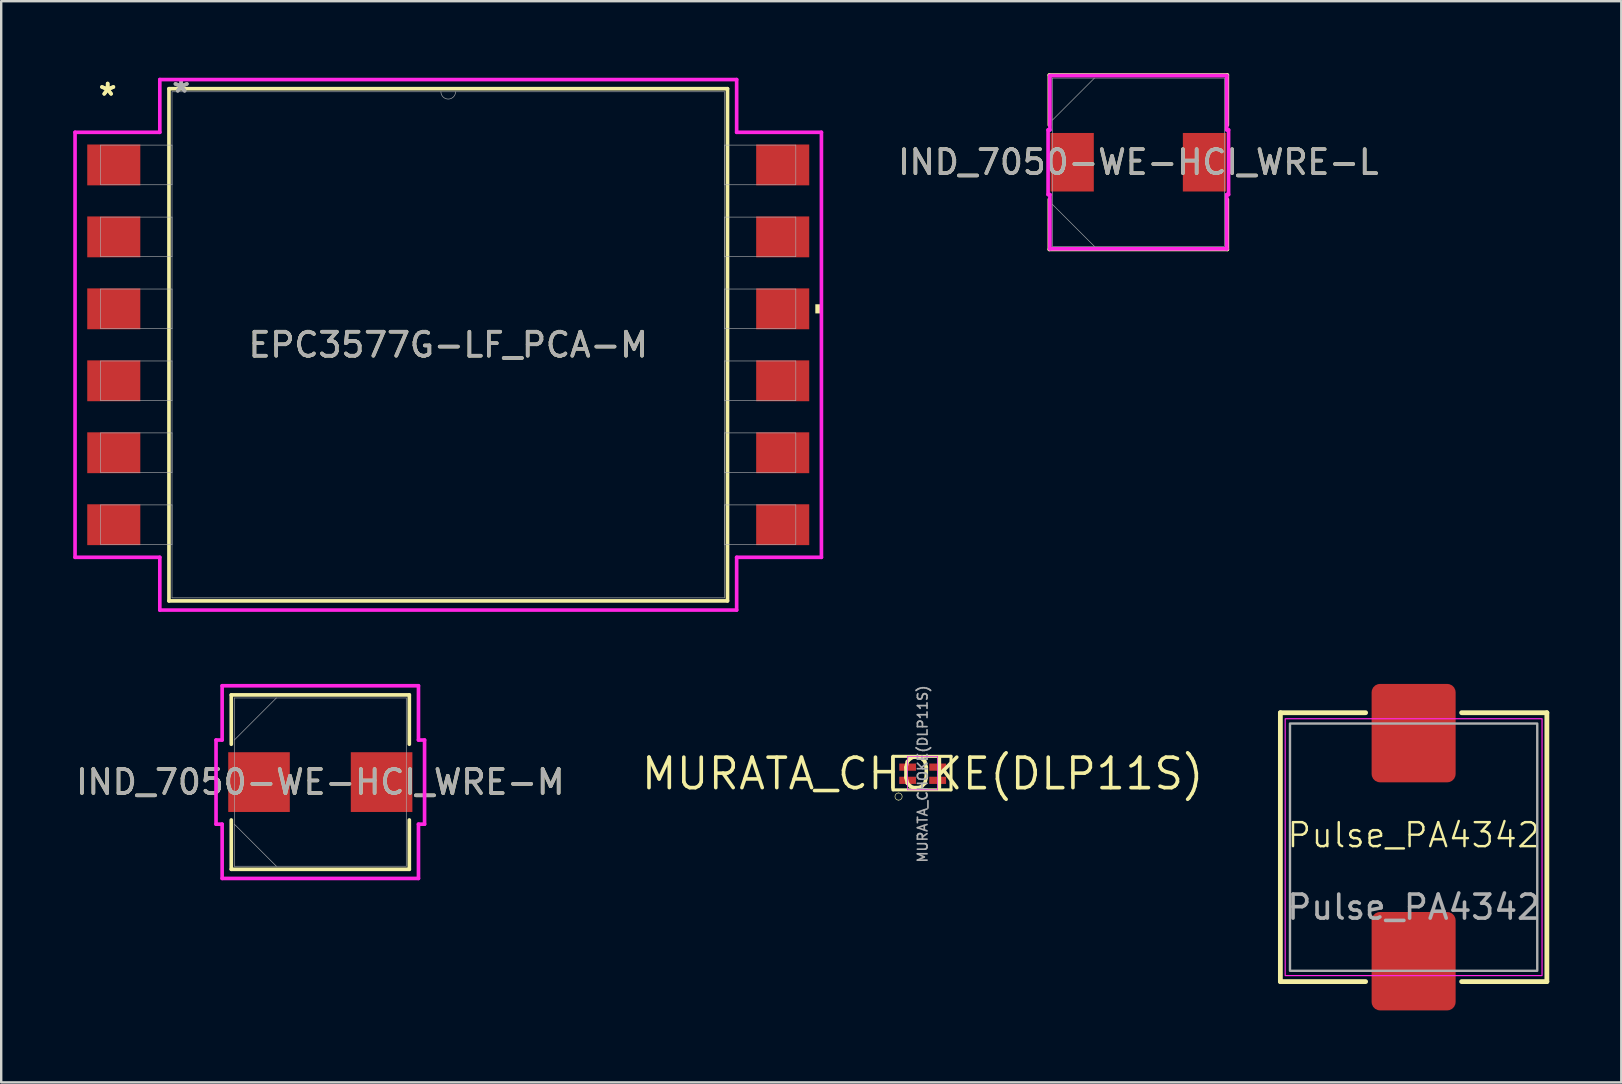
<source format=kicad_pcb>
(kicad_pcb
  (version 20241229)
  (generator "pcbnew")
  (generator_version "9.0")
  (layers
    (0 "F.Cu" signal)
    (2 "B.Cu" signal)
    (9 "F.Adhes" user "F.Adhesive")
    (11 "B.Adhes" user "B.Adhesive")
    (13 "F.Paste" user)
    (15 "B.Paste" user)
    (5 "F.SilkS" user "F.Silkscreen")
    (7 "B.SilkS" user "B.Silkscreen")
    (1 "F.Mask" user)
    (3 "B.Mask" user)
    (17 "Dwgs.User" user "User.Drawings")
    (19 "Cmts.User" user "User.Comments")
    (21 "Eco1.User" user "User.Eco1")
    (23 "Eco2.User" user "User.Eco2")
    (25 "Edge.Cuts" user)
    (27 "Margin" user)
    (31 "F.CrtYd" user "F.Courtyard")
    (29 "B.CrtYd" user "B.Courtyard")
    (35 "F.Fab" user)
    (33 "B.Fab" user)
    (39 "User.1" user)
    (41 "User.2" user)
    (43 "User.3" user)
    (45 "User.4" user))
  (footprint "EPC3577G-LF_PCA-M"
    (layer "F.Cu")
    (at 15.621 11.313)
    (property "Reference" "EPC3577G-LF_PCA-M" (at 0 0 0) (unlocked yes) (layer "F.SilkS") (effects (font (size 1 1) (thickness 0.15))))
    (attr smd)
    (fp_line (start -11.633 -10.668) (end -11.633 10.668) (stroke (width 0.152) (type solid)) (layer "F.SilkS"))
    (fp_line (start -11.633 10.668) (end 11.633 10.668) (stroke (width 0.152) (type solid)) (layer "F.SilkS"))
    (fp_line (start 11.633 -10.668) (end -11.633 -10.668) (stroke (width 0.152) (type solid)) (layer "F.SilkS"))
    (fp_line (start 11.633 10.668) (end 11.633 -10.668) (stroke (width 0.152) (type solid)) (layer "F.SilkS"))
    (fp_poly (pts (xy 15.545 -1.689) (xy 15.545 -1.308) (xy 15.291 -1.308) (xy 15.291 -1.689)) (stroke (width 0) (type solid)) (fill yes) (layer "F.SilkS"))
    (fp_line (start -15.545 -8.852) (end -12.014 -8.852) (stroke (width 0.152) (type solid)) (layer "F.CrtYd"))
    (fp_line (start -15.545 8.852) (end -15.545 -8.852) (stroke (width 0.152) (type solid)) (layer "F.CrtYd"))
    (fp_line (start -15.545 8.852) (end -12.014 8.852) (stroke (width 0.152) (type solid)) (layer "F.CrtYd"))
    (fp_line (start -12.014 -11.049) (end 12.014 -11.049) (stroke (width 0.152) (type solid)) (layer "F.CrtYd"))
    (fp_line (start -12.014 -8.852) (end -12.014 -11.049) (stroke (width 0.152) (type solid)) (layer "F.CrtYd"))
    (fp_line (start -12.014 11.049) (end -12.014 8.852) (stroke (width 0.152) (type solid)) (layer "F.CrtYd"))
    (fp_line (start 12.014 -11.049) (end 12.014 -8.852) (stroke (width 0.152) (type solid)) (layer "F.CrtYd"))
    (fp_line (start 12.014 8.852) (end 12.014 11.049) (stroke (width 0.152) (type solid)) (layer "F.CrtYd"))
    (fp_line (start 12.014 11.049) (end -12.014 11.049) (stroke (width 0.152) (type solid)) (layer "F.CrtYd"))
    (fp_line (start 15.545 -8.852) (end 12.014 -8.852) (stroke (width 0.152) (type solid)) (layer "F.CrtYd"))
    (fp_line (start 15.545 -8.852) (end 15.545 8.852) (stroke (width 0.152) (type solid)) (layer "F.CrtYd"))
    (fp_line (start 15.545 8.852) (end 12.014 8.852) (stroke (width 0.152) (type solid)) (layer "F.CrtYd"))
    (fp_line (start -14.478 -8.319) (end -14.478 -6.668) (stroke (width 0.025) (type solid)) (layer "F.Fab"))
    (fp_line (start -14.478 -6.668) (end -11.506 -6.668) (stroke (width 0.025) (type solid)) (layer "F.Fab"))
    (fp_line (start -14.478 -5.321) (end -14.478 -3.67) (stroke (width 0.025) (type solid)) (layer "F.Fab"))
    (fp_line (start -14.478 -3.67) (end -11.506 -3.67) (stroke (width 0.025) (type solid)) (layer "F.Fab"))
    (fp_line (start -14.478 -2.324) (end -14.478 -0.673) (stroke (width 0.025) (type solid)) (layer "F.Fab"))
    (fp_line (start -14.478 -0.673) (end -11.506 -0.673) (stroke (width 0.025) (type solid)) (layer "F.Fab"))
    (fp_line (start -14.478 0.673) (end -14.478 2.324) (stroke (width 0.025) (type solid)) (layer "F.Fab"))
    (fp_line (start -14.478 2.324) (end -11.506 2.324) (stroke (width 0.025) (type solid)) (layer "F.Fab"))
    (fp_line (start -14.478 3.67) (end -14.478 5.321) (stroke (width 0.025) (type solid)) (layer "F.Fab"))
    (fp_line (start -14.478 5.321) (end -11.506 5.321) (stroke (width 0.025) (type solid)) (layer "F.Fab"))
    (fp_line (start -14.478 6.668) (end -14.478 8.319) (stroke (width 0.025) (type solid)) (layer "F.Fab"))
    (fp_line (start -14.478 8.319) (end -11.506 8.319) (stroke (width 0.025) (type solid)) (layer "F.Fab"))
    (fp_line (start -11.506 -10.541) (end -11.506 10.541) (stroke (width 0.025) (type solid)) (layer "F.Fab"))
    (fp_line (start -11.506 -8.319) (end -14.478 -8.319) (stroke (width 0.025) (type solid)) (layer "F.Fab"))
    (fp_line (start -11.506 -6.668) (end -11.506 -8.319) (stroke (width 0.025) (type solid)) (layer "F.Fab"))
    (fp_line (start -11.506 -5.321) (end -14.478 -5.321) (stroke (width 0.025) (type solid)) (layer "F.Fab"))
    (fp_line (start -11.506 -3.67) (end -11.506 -5.321) (stroke (width 0.025) (type solid)) (layer "F.Fab"))
    (fp_line (start -11.506 -2.324) (end -14.478 -2.324) (stroke (width 0.025) (type solid)) (layer "F.Fab"))
    (fp_line (start -11.506 -0.673) (end -11.506 -2.324) (stroke (width 0.025) (type solid)) (layer "F.Fab"))
    (fp_line (start -11.506 0.673) (end -14.478 0.673) (stroke (width 0.025) (type solid)) (layer "F.Fab"))
    (fp_line (start -11.506 2.324) (end -11.506 0.673) (stroke (width 0.025) (type solid)) (layer "F.Fab"))
    (fp_line (start -11.506 3.67) (end -14.478 3.67) (stroke (width 0.025) (type solid)) (layer "F.Fab"))
    (fp_line (start -11.506 5.321) (end -11.506 3.67) (stroke (width 0.025) (type solid)) (layer "F.Fab"))
    (fp_line (start -11.506 6.668) (end -14.478 6.668) (stroke (width 0.025) (type solid)) (layer "F.Fab"))
    (fp_line (start -11.506 8.319) (end -11.506 6.668) (stroke (width 0.025) (type solid)) (layer "F.Fab"))
    (fp_line (start -11.506 10.541) (end 11.506 10.541) (stroke (width 0.025) (type solid)) (layer "F.Fab"))
    (fp_line (start 11.506 -10.541) (end -11.506 -10.541) (stroke (width 0.025) (type solid)) (layer "F.Fab"))
    (fp_line (start 11.506 -8.319) (end 11.506 -6.668) (stroke (width 0.025) (type solid)) (layer "F.Fab"))
    (fp_line (start 11.506 -6.668) (end 14.478 -6.668) (stroke (width 0.025) (type solid)) (layer "F.Fab"))
    (fp_line (start 11.506 -5.321) (end 11.506 -3.67) (stroke (width 0.025) (type solid)) (layer "F.Fab"))
    (fp_line (start 11.506 -3.67) (end 14.478 -3.67) (stroke (width 0.025) (type solid)) (layer "F.Fab"))
    (fp_line (start 11.506 -2.324) (end 11.506 -0.673) (stroke (width 0.025) (type solid)) (layer "F.Fab"))
    (fp_line (start 11.506 -0.673) (end 14.478 -0.673) (stroke (width 0.025) (type solid)) (layer "F.Fab"))
    (fp_line (start 11.506 0.673) (end 11.506 2.324) (stroke (width 0.025) (type solid)) (layer "F.Fab"))
    (fp_line (start 11.506 2.324) (end 14.478 2.324) (stroke (width 0.025) (type solid)) (layer "F.Fab"))
    (fp_line (start 11.506 3.67) (end 11.506 5.321) (stroke (width 0.025) (type solid)) (layer "F.Fab"))
    (fp_line (start 11.506 5.321) (end 14.478 5.321) (stroke (width 0.025) (type solid)) (layer "F.Fab"))
    (fp_line (start 11.506 6.668) (end 11.506 8.319) (stroke (width 0.025) (type solid)) (layer "F.Fab"))
    (fp_line (start 11.506 8.319) (end 14.478 8.319) (stroke (width 0.025) (type solid)) (layer "F.Fab"))
    (fp_line (start 11.506 10.541) (end 11.506 -10.541) (stroke (width 0.025) (type solid)) (layer "F.Fab"))
    (fp_line (start 14.478 -8.319) (end 11.506 -8.319) (stroke (width 0.025) (type solid)) (layer "F.Fab"))
    (fp_line (start 14.478 -6.668) (end 14.478 -8.319) (stroke (width 0.025) (type solid)) (layer "F.Fab"))
    (fp_line (start 14.478 -5.321) (end 11.506 -5.321) (stroke (width 0.025) (type solid)) (layer "F.Fab"))
    (fp_line (start 14.478 -3.67) (end 14.478 -5.321) (stroke (width 0.025) (type solid)) (layer "F.Fab"))
    (fp_line (start 14.478 -2.324) (end 11.506 -2.324) (stroke (width 0.025) (type solid)) (layer "F.Fab"))
    (fp_line (start 14.478 -0.673) (end 14.478 -2.324) (stroke (width 0.025) (type solid)) (layer "F.Fab"))
    (fp_line (start 14.478 0.673) (end 11.506 0.673) (stroke (width 0.025) (type solid)) (layer "F.Fab"))
    (fp_line (start 14.478 2.324) (end 14.478 0.673) (stroke (width 0.025) (type solid)) (layer "F.Fab"))
    (fp_line (start 14.478 3.67) (end 11.506 3.67) (stroke (width 0.025) (type solid)) (layer "F.Fab"))
    (fp_line (start 14.478 5.321) (end 14.478 3.67) (stroke (width 0.025) (type solid)) (layer "F.Fab"))
    (fp_line (start 14.478 6.668) (end 11.506 6.668) (stroke (width 0.025) (type solid)) (layer "F.Fab"))
    (fp_line (start 14.478 8.319) (end 14.478 6.668) (stroke (width 0.025) (type solid)) (layer "F.Fab"))
    (fp_arc (start 0.3048 -10.541) (mid 0 -10.2362) (end -0.3048 -10.541) (stroke (width 0.0254) (type solid)) (layer "F.Fab"))
    (fp_text user "*" (at -14.186 -10.338 0) (layer "F.SilkS") (effects (font (size 1 1) (thickness 0.15))))
    (fp_text user "*" (at -14.186 -10.338 0) (unlocked yes) (layer "F.SilkS") (effects (font (size 1 1) (thickness 0.15))))
    (fp_text user "*" (at -11.125 -10.465 0) (unlocked yes) (layer "F.Fab") (effects (font (size 1 1) (thickness 0.15))))
    (fp_text user "${REFERENCE}" (at 0 0 0) (unlocked yes) (layer "F.Fab") (effects (font (size 1 1) (thickness 0.15))))
    (fp_text user "*" (at -11.125 -10.465 0) (layer "F.Fab") (effects (font (size 1 1) (thickness 0.15))))
    (pad "1" smd rect (at -13.932 -7.493) (size 2.21 1.702) (layers "F.Cu" "F.Mask" "F.Paste"))
    (pad "2" smd rect (at -13.932 -4.496) (size 2.21 1.702) (layers "F.Cu" "F.Mask" "F.Paste"))
    (pad "3" smd rect (at -13.932 -1.499) (size 2.21 1.702) (layers "F.Cu" "F.Mask" "F.Paste"))
    (pad "4" smd rect (at -13.932 1.499) (size 2.21 1.702) (layers "F.Cu" "F.Mask" "F.Paste"))
    (pad "5" smd rect (at -13.932 4.496) (size 2.21 1.702) (layers "F.Cu" "F.Mask" "F.Paste"))
    (pad "6" smd rect (at -13.932 7.493) (size 2.21 1.702) (layers "F.Cu" "F.Mask" "F.Paste"))
    (pad "7" smd rect (at 13.932 7.493) (size 2.21 1.702) (layers "F.Cu" "F.Mask" "F.Paste"))
    (pad "8" smd rect (at 13.932 4.496) (size 2.21 1.702) (layers "F.Cu" "F.Mask" "F.Paste"))
    (pad "9" smd rect (at 13.932 1.499) (size 2.21 1.702) (layers "F.Cu" "F.Mask" "F.Paste"))
    (pad "10" smd rect (at 13.932 -1.499) (size 2.21 1.702) (layers "F.Cu" "F.Mask" "F.Paste"))
    (pad "11" smd rect (at 13.932 -4.496) (size 2.21 1.702) (layers "F.Cu" "F.Mask" "F.Paste"))
    (pad "12" smd rect (at 13.932 -7.493) (size 2.21 1.702) (layers "F.Cu" "F.Mask" "F.Paste")))
  (footprint "MURATA_CHOKE(DLP11S)"
    (layer "F.Cu")
    (at 35.383 29.179)
    (property "Reference" "MURATA_CHOKE(DLP11S)" (at 0 0 0) (layer "F.SilkS") (effects (font (size 1.27 1.27) (thickness 0.15))))
    (fp_line (start -1.232 -0.725) (end -1.232 0.672) (stroke (width 0.127) (type solid)) (layer "F.SilkS"))
    (fp_line (start -1.232 0.672) (end 1.181 0.672) (stroke (width 0.127) (type solid)) (layer "F.SilkS"))
    (fp_line (start 1.181 -0.725) (end -1.232 -0.725) (stroke (width 0.127) (type solid)) (layer "F.SilkS"))
    (fp_line (start 1.181 0.672) (end 1.181 -0.725) (stroke (width 0.127) (type solid)) (layer "F.SilkS"))
    (fp_arc (start -1.0034 0.8014) (mid -0.8534 0.9514) (end -1.0034 1.1014) (stroke (width 0.0254) (type solid)) (layer "F.SilkS"))
    (fp_arc (start -1.0034 1.1014) (mid -1.1534 0.9514) (end -1.0034 0.8014) (stroke (width 0.0254) (type solid)) (layer "F.SilkS"))
    (fp_line (start -0.625 -0.725) (end -0.625 0.672) (stroke (width 0.025) (type solid)) (layer "F.CrtYd"))
    (fp_line (start -0.625 0.672) (end 0.625 0.672) (stroke (width 0.025) (type solid)) (layer "F.CrtYd"))
    (fp_line (start 0.625 -0.725) (end -0.625 -0.725) (stroke (width 0.025) (type solid)) (layer "F.CrtYd"))
    (fp_line (start 0.625 0.672) (end 0.625 -0.725) (stroke (width 0.025) (type solid)) (layer "F.CrtYd"))
    (fp_line (start -0.625 -0.725) (end -0.625 0.672) (stroke (width 0.025) (type solid)) (layer "F.Fab"))
    (fp_line (start -0.625 0.672) (end 0.625 0.672) (stroke (width 0.025) (type solid)) (layer "F.Fab"))
    (fp_line (start 0.625 -0.725) (end -0.625 -0.725) (stroke (width 0.025) (type solid)) (layer "F.Fab"))
    (fp_line (start 0.625 0.672) (end 0.625 -0.725) (stroke (width 0.025) (type solid)) (layer "F.Fab"))
    (fp_text user "${REFERENCE}" (at 0 0.01 90) (unlocked yes) (layer "F.Fab") (effects (font (size 0.4 0.4) (thickness 0.07) (bold yes))))
    (pad "1" smd roundrect (at -0.625 0.275) (size 0.7 0.3) (layers "F.Cu" "F.Mask" "F.Paste") (roundrect_rratio 0.033))
    (pad "2" smd roundrect (at 0.625 0.275) (size 0.7 0.3) (layers "F.Cu" "F.Mask" "F.Paste") (roundrect_rratio 0.033))
    (pad "3" smd roundrect (at 0.625 -0.275) (size 0.7 0.3) (layers "F.Cu" "F.Mask" "F.Paste") (roundrect_rratio 0.033))
    (pad "4" smd roundrect (at -0.625 -0.275) (size 0.7 0.3) (layers "F.Cu" "F.Mask" "F.Paste") (roundrect_rratio 0.033)))
  (footprint "IND_7050-WE-HCI_WRE-L"
    (layer "F.Cu")
    (at 44.367 3.708)
    (property "Reference" "IND_7050-WE-HCI_WRE-L" (at 0 0 0) (unlocked yes) (layer "F.SilkS") (effects (font (size 1 1) (thickness 0.15))))
    (attr smd)
    (fp_line (start -3.708 -3.632) (end -3.708 -1.548) (stroke (width 0.152) (type solid)) (layer "F.SilkS"))
    (fp_line (start -3.708 1.548) (end -3.708 3.632) (stroke (width 0.152) (type solid)) (layer "F.SilkS"))
    (fp_line (start -3.708 3.632) (end 3.708 3.632) (stroke (width 0.152) (type solid)) (layer "F.SilkS"))
    (fp_line (start 3.708 -3.632) (end -3.708 -3.632) (stroke (width 0.152) (type solid)) (layer "F.SilkS"))
    (fp_line (start 3.708 -1.548) (end 3.708 -3.632) (stroke (width 0.152) (type solid)) (layer "F.SilkS"))
    (fp_line (start 3.708 3.632) (end 3.708 1.548) (stroke (width 0.152) (type solid)) (layer "F.SilkS"))
    (fp_line (start -3.759 -1.346) (end -3.683 -1.346) (stroke (width 0.152) (type solid)) (layer "F.CrtYd"))
    (fp_line (start -3.759 1.346) (end -3.759 -1.346) (stroke (width 0.152) (type solid)) (layer "F.CrtYd"))
    (fp_line (start -3.683 -3.607) (end 3.683 -3.607) (stroke (width 0.152) (type solid)) (layer "F.CrtYd"))
    (fp_line (start -3.683 -1.346) (end -3.683 -3.607) (stroke (width 0.152) (type solid)) (layer "F.CrtYd"))
    (fp_line (start -3.683 1.346) (end -3.759 1.346) (stroke (width 0.152) (type solid)) (layer "F.CrtYd"))
    (fp_line (start -3.683 1.346) (end -3.683 3.607) (stroke (width 0.152) (type solid)) (layer "F.CrtYd"))
    (fp_line (start -3.683 3.607) (end 3.683 3.607) (stroke (width 0.152) (type solid)) (layer "F.CrtYd"))
    (fp_line (start 3.683 -3.607) (end 3.683 -1.346) (stroke (width 0.152) (type solid)) (layer "F.CrtYd"))
    (fp_line (start 3.683 -1.346) (end 3.759 -1.346) (stroke (width 0.152) (type solid)) (layer "F.CrtYd"))
    (fp_line (start 3.683 1.346) (end 3.759 1.346) (stroke (width 0.152) (type solid)) (layer "F.CrtYd"))
    (fp_line (start 3.683 3.607) (end 3.683 1.346) (stroke (width 0.152) (type solid)) (layer "F.CrtYd"))
    (fp_line (start 3.759 -1.346) (end 3.759 1.346) (stroke (width 0.152) (type solid)) (layer "F.CrtYd"))
    (fp_line (start -3.581 -3.505) (end -3.581 3.505) (stroke (width 0.025) (type solid)) (layer "F.Fab"))
    (fp_line (start -3.581 -1.753) (end -1.829 -3.505) (stroke (width 0.025) (type solid)) (layer "F.Fab"))
    (fp_line (start -3.581 1.753) (end -1.829 3.505) (stroke (width 0.025) (type solid)) (layer "F.Fab"))
    (fp_line (start -3.581 3.505) (end 3.581 3.505) (stroke (width 0.025) (type solid)) (layer "F.Fab"))
    (fp_line (start 3.581 -3.505) (end -3.581 -3.505) (stroke (width 0.025) (type solid)) (layer "F.Fab"))
    (fp_line (start 3.581 3.505) (end 3.581 -3.505) (stroke (width 0.025) (type solid)) (layer "F.Fab"))
    (fp_text user "${REFERENCE}" (at 0 0 0) (unlocked yes) (layer "F.Fab") (effects (font (size 1 1) (thickness 0.15))))
    (pad "1" smd rect (at -2.756 0 90) (size 2.438 1.803) (layers "F.Cu" "F.Mask" "F.Paste"))
    (pad "2" smd rect (at 2.756 0 90) (size 2.438 1.803) (layers "F.Cu" "F.Mask" "F.Paste")))
  (footprint "IND_7050-WE-HCI_WRE-M"
    (layer "F.Cu")
    (at 10.292 29.528)
    (property "Reference" "IND_7050-WE-HCI_WRE-M" (at 0 0 0) (unlocked yes) (layer "F.SilkS") (effects (font (size 1 1) (thickness 0.15))))
    (attr smd)
    (fp_line (start -3.708 -3.632) (end -3.708 -1.577) (stroke (width 0.152) (type solid)) (layer "F.SilkS"))
    (fp_line (start -3.708 1.577) (end -3.708 3.632) (stroke (width 0.152) (type solid)) (layer "F.SilkS"))
    (fp_line (start -3.708 3.632) (end 3.708 3.632) (stroke (width 0.152) (type solid)) (layer "F.SilkS"))
    (fp_line (start 3.708 -3.632) (end -3.708 -3.632) (stroke (width 0.152) (type solid)) (layer "F.SilkS"))
    (fp_line (start 3.708 -1.577) (end 3.708 -3.632) (stroke (width 0.152) (type solid)) (layer "F.SilkS"))
    (fp_line (start 3.708 3.632) (end 3.708 1.577) (stroke (width 0.152) (type solid)) (layer "F.SilkS"))
    (fp_line (start -4.343 -1.753) (end -4.089 -1.753) (stroke (width 0.152) (type solid)) (layer "F.CrtYd"))
    (fp_line (start -4.343 1.753) (end -4.343 -1.753) (stroke (width 0.152) (type solid)) (layer "F.CrtYd"))
    (fp_line (start -4.089 -4.013) (end 4.089 -4.013) (stroke (width 0.152) (type solid)) (layer "F.CrtYd"))
    (fp_line (start -4.089 -1.753) (end -4.089 -4.013) (stroke (width 0.152) (type solid)) (layer "F.CrtYd"))
    (fp_line (start -4.089 1.753) (end -4.343 1.753) (stroke (width 0.152) (type solid)) (layer "F.CrtYd"))
    (fp_line (start -4.089 1.753) (end -4.089 4.013) (stroke (width 0.152) (type solid)) (layer "F.CrtYd"))
    (fp_line (start -4.089 4.013) (end 4.089 4.013) (stroke (width 0.152) (type solid)) (layer "F.CrtYd"))
    (fp_line (start 4.089 -4.013) (end 4.089 -1.753) (stroke (width 0.152) (type solid)) (layer "F.CrtYd"))
    (fp_line (start 4.089 -1.753) (end 4.343 -1.753) (stroke (width 0.152) (type solid)) (layer "F.CrtYd"))
    (fp_line (start 4.089 1.753) (end 4.343 1.753) (stroke (width 0.152) (type solid)) (layer "F.CrtYd"))
    (fp_line (start 4.089 4.013) (end 4.089 1.753) (stroke (width 0.152) (type solid)) (layer "F.CrtYd"))
    (fp_line (start 4.343 -1.753) (end 4.343 1.753) (stroke (width 0.152) (type solid)) (layer "F.CrtYd"))
    (fp_line (start -3.581 -3.505) (end -3.581 3.505) (stroke (width 0.025) (type solid)) (layer "F.Fab"))
    (fp_line (start -3.581 -1.753) (end -1.829 -3.505) (stroke (width 0.025) (type solid)) (layer "F.Fab"))
    (fp_line (start -3.581 1.753) (end -1.829 3.505) (stroke (width 0.025) (type solid)) (layer "F.Fab"))
    (fp_line (start -3.581 3.505) (end 3.581 3.505) (stroke (width 0.025) (type solid)) (layer "F.Fab"))
    (fp_line (start 3.581 -3.505) (end -3.581 -3.505) (stroke (width 0.025) (type solid)) (layer "F.Fab"))
    (fp_line (start 3.581 3.505) (end 3.581 -3.505) (stroke (width 0.025) (type solid)) (layer "F.Fab"))
    (fp_text user "${REFERENCE}" (at 0 0 0) (unlocked yes) (layer "F.Fab") (effects (font (size 1 1) (thickness 0.15))))
    (pad "1" smd rect (at -2.553 0 90) (size 2.489 2.565) (layers "F.Cu" "F.Mask" "F.Paste"))
    (pad "2" smd rect (at 2.553 0 90) (size 2.489 2.565) (layers "F.Cu" "F.Mask" "F.Paste")))
  (footprint "Pulse_PA4342"
    (layer "F.Cu")
    (at 55.834 32.238)
    (property "Reference" "Pulse_PA4342" (at 0 -0.5 0) (unlocked yes) (layer "F.SilkS") (effects (font (size 1 1) (thickness 0.1))))
    (attr smd)
    (fp_line (start -5.55 -5.6) (end -5.55 5.6) (stroke (width 0.2) (type default)) (layer "F.SilkS"))
    (fp_line (start -5.55 5.6) (end -2 5.6) (stroke (width 0.2) (type default)) (layer "F.SilkS"))
    (fp_line (start -2 -5.6) (end -5.55 -5.6) (stroke (width 0.2) (type default)) (layer "F.SilkS"))
    (fp_line (start 2 5.6) (end 5.55 5.6) (stroke (width 0.2) (type default)) (layer "F.SilkS"))
    (fp_line (start 5.55 -5.6) (end 2 -5.6) (stroke (width 0.2) (type default)) (layer "F.SilkS"))
    (fp_line (start 5.55 5.6) (end 5.55 -5.6) (stroke (width 0.2) (type default)) (layer "F.SilkS"))
    (fp_rect (start -5.35 -5.35) (end 5.35 5.35) (stroke (width 0.05) (type default)) (fill no) (layer "F.CrtYd"))
    (fp_rect (start -5.15 -5.15) (end 5.15 5.15) (stroke (width 0.1) (type default)) (fill no) (layer "F.Fab"))
    (fp_text user "${REFERENCE}" (at 0 2.5 0) (unlocked yes) (layer "F.Fab") (effects (font (size 1 1) (thickness 0.15))))
    (pad "1" smd roundrect (at 0 -4.75) (size 3.5 4.1) (layers "F.Cu" "F.Mask" "F.Paste") (roundrect_rratio 0.1))
    (pad "2" smd roundrect (at 0 4.75) (size 3.5 4.1) (layers "F.Cu" "F.Mask" "F.Paste") (roundrect_rratio 0.1)))
  (gr_rect
    (start -3 -3)
    (end 64.484 42.038)
    (stroke (width 0.1) (type default))
    (fill no)
    (layer "Edge.Cuts")))
</source>
